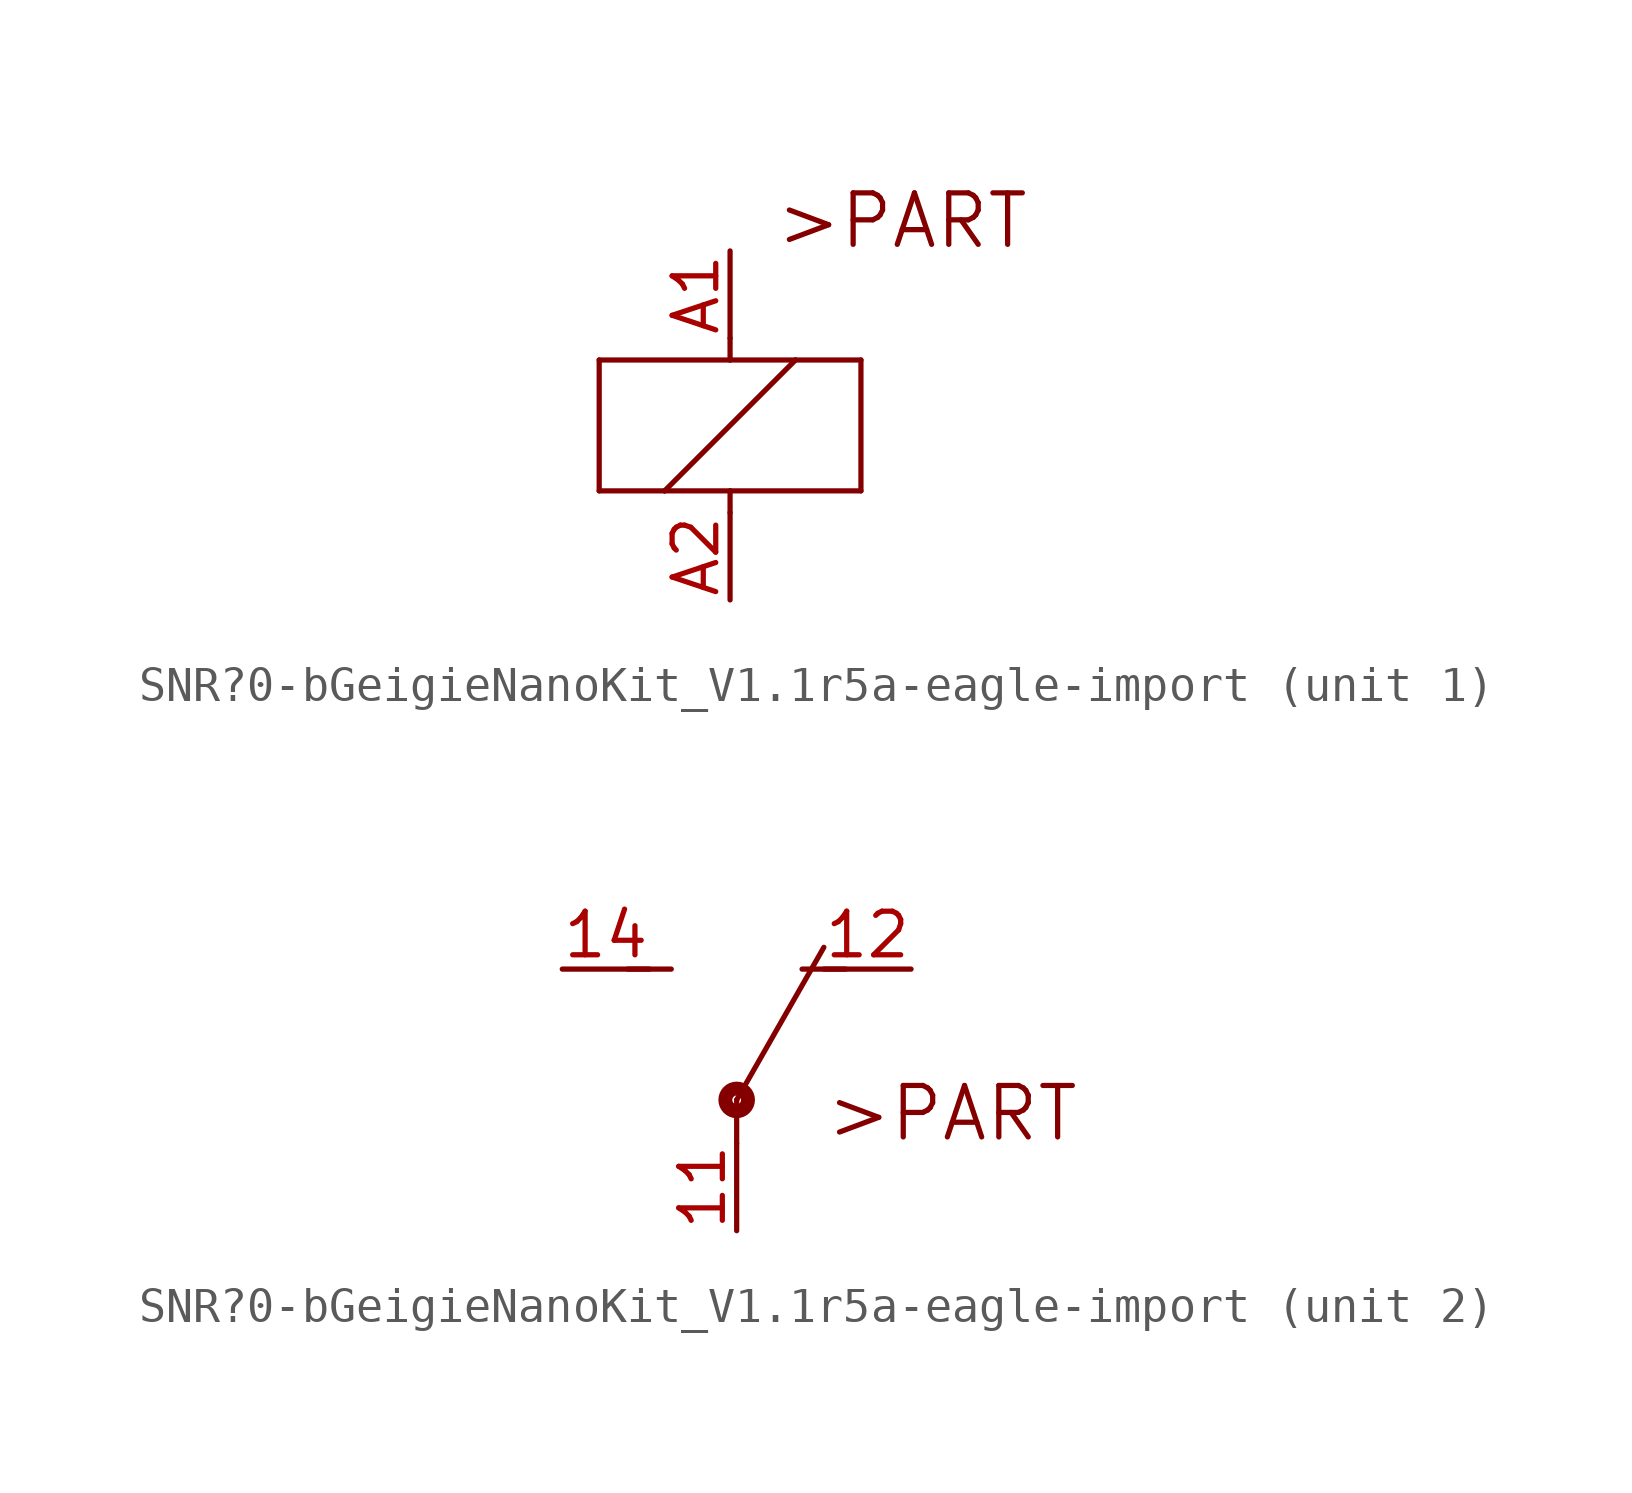
<source format=kicad_sym>
(kicad_symbol_lib
  (version 20200126)
  (host kicad_symbol_editor "5.99.0-unknown-aa7ce74~88~ubuntu18.04.1")
  (symbol "import_from_eagle-rescue:SNR?0-bGeigieNanoKit_V1.1r5a-eagle-import"
    (property "Reference" "K"
      (at 0 0 0)
      (effects (font (size 1.27 1.27)) hide))
    (property "ki_locked" ""
      (at 0 0 0)
      (effects (font (size 1.27 1.27))))
    (symbol "SNR?0-bGeigieNanoKit_V1.1r5a-eagle-import_2_0"
      (circle (center 0 1.27) (radius 0.127) (stroke (width 0.406)) (fill (type none)))
      (text ">PART" (at 2.54 0 0) (effects (font (size 1.499 1.499)) (justify left bottom)))
      (polyline (pts (xy -3.175 5.08) (xy -1.905 5.08)) (stroke (width 0)) (fill (type none)))
      (polyline (pts (xy 0 1.27) (xy 0 0)) (stroke (width 0)) (fill (type none)))
      (polyline (pts (xy 0 1.27) (xy 2.54 5.715)) (stroke (width 0)) (fill (type none)))
      (polyline (pts (xy 3.175 5.08) (xy 1.905 5.08)) (stroke (width 0)) (fill (type none)))
      (pin passive line (at 0 -2.54 90) (length 2.54) (name "P" (effects (font (size 0 0)))) (number "11" (effects (font (size 1.27 1.27)))))
      (pin passive line (at 5.08 5.08 180) (length 2.54) (name "O" (effects (font (size 0 0)))) (number "12" (effects (font (size 1.27 1.27)))))
      (pin passive line (at -5.08 5.08 0) (length 2.54) (name "S" (effects (font (size 0 0)))) (number "14" (effects (font (size 1.27 1.27))))))
    (symbol "SNR?0-bGeigieNanoKit_V1.1r5a-eagle-import_1_0"
      (text ">PART" (at 1.27 5.08 0) (effects (font (size 1.499 1.499)) (justify left bottom)))
      (polyline (pts (xy -3.81 -1.905) (xy -1.905 -1.905)) (stroke (width 0)) (fill (type none)))
      (polyline (pts (xy -3.81 1.905) (xy -3.81 -1.905)) (stroke (width 0)) (fill (type none)))
      (polyline (pts (xy -1.905 -1.905) (xy 0 -1.905)) (stroke (width 0)) (fill (type none)))
      (polyline (pts (xy -1.905 -1.905) (xy 1.905 1.905)) (stroke (width 0)) (fill (type none)))
      (polyline (pts (xy 0 -2.54) (xy 0 -1.905)) (stroke (width 0)) (fill (type none)))
      (polyline (pts (xy 0 -1.905) (xy 3.81 -1.905)) (stroke (width 0)) (fill (type none)))
      (polyline (pts (xy 0 1.905) (xy -3.81 1.905)) (stroke (width 0)) (fill (type none)))
      (polyline (pts (xy 0 2.54) (xy 0 1.905)) (stroke (width 0)) (fill (type none)))
      (polyline (pts (xy 1.905 1.905) (xy 0 1.905)) (stroke (width 0)) (fill (type none)))
      (polyline (pts (xy 3.81 -1.905) (xy 3.81 1.905)) (stroke (width 0)) (fill (type none)))
      (polyline (pts (xy 3.81 1.905) (xy 1.905 1.905)) (stroke (width 0)) (fill (type none)))
      (pin passive line (at 0 5.08 270) (length 2.54) (name "1" (effects (font (size 0 0)))) (number "A1" (effects (font (size 1.27 1.27)))))
      (pin passive line (at 0 -5.08 90) (length 2.54) (name "2" (effects (font (size 0 0)))) (number "A2" (effects (font (size 1.27 1.27))))))))
</source>
